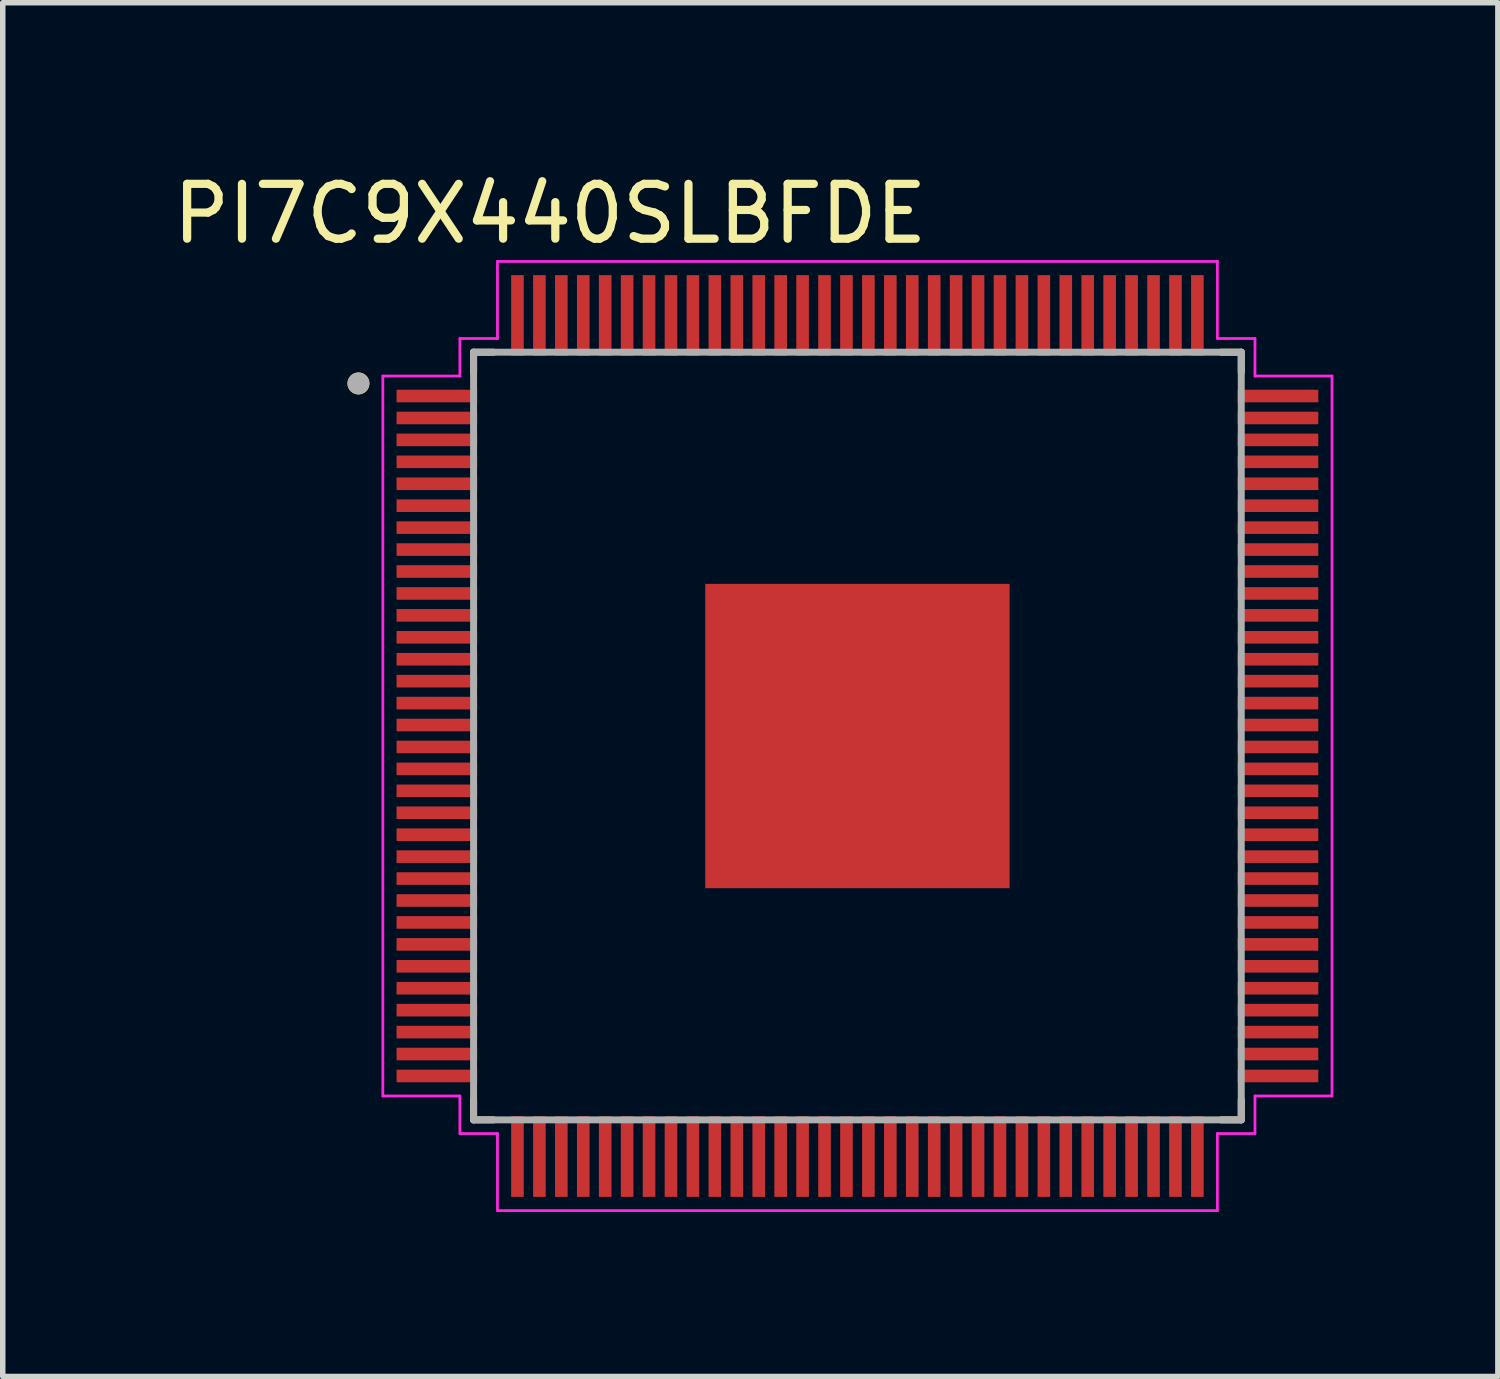
<source format=kicad_pcb>
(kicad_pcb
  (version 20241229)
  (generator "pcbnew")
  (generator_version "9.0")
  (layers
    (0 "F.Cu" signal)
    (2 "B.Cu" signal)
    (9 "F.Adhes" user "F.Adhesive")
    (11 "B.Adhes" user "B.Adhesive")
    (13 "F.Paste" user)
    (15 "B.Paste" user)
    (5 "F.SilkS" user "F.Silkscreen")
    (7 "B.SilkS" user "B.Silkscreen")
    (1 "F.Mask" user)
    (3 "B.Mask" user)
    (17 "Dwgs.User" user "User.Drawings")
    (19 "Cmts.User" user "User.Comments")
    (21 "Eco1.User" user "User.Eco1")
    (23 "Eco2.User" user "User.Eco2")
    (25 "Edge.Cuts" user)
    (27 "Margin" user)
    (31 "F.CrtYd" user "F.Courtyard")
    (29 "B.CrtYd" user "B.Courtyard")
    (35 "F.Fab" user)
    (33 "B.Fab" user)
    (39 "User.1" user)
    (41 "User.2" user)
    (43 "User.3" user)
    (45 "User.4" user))
  (footprint "PI7C9X440SLBFDE"
    (layer "F.Cu")
    (at 12.587 10.373)
    (property "Reference" "PI7C9X440SLBFDE" (at -5.605 -9.525 0) (layer "F.SilkS") (effects (font (size 1 1) (thickness 0.15))))
    (attr smd)
    (fp_line (start -7 -7) (end -7 -6.635) (stroke (width 0.127) (type solid)) (layer "F.SilkS"))
    (fp_line (start -7 -7) (end -6.635 -7) (stroke (width 0.127) (type solid)) (layer "F.SilkS"))
    (fp_line (start -7 7) (end -7 6.635) (stroke (width 0.127) (type solid)) (layer "F.SilkS"))
    (fp_line (start -7 7) (end -6.635 7) (stroke (width 0.127) (type solid)) (layer "F.SilkS"))
    (fp_line (start 7 -7) (end 6.635 -7) (stroke (width 0.127) (type solid)) (layer "F.SilkS"))
    (fp_line (start 7 -7) (end 7 -6.635) (stroke (width 0.127) (type solid)) (layer "F.SilkS"))
    (fp_line (start 7 7) (end 6.635 7) (stroke (width 0.127) (type solid)) (layer "F.SilkS"))
    (fp_line (start 7 7) (end 7 6.635) (stroke (width 0.127) (type solid)) (layer "F.SilkS"))
    (fp_circle (center -9.1 -6.43) (end -9 -6.43) (stroke (width 0.2) (type solid)) (fill no) (layer "F.SilkS"))
    (fp_poly (pts (xy -2.505 -2.505) (xy -1.195 -2.505) (xy -1.195 -1.195) (xy -2.505 -1.195)) (stroke (width 0.01) (type solid)) (fill yes) (layer "F.Paste"))
    (fp_poly (pts (xy -2.505 -0.655) (xy -1.195 -0.655) (xy -1.195 0.655) (xy -2.505 0.655)) (stroke (width 0.01) (type solid)) (fill yes) (layer "F.Paste"))
    (fp_poly (pts (xy -2.505 1.195) (xy -1.195 1.195) (xy -1.195 2.505) (xy -2.505 2.505)) (stroke (width 0.01) (type solid)) (fill yes) (layer "F.Paste"))
    (fp_poly (pts (xy -0.655 -2.505) (xy 0.655 -2.505) (xy 0.655 -1.195) (xy -0.655 -1.195)) (stroke (width 0.01) (type solid)) (fill yes) (layer "F.Paste"))
    (fp_poly (pts (xy -0.655 -0.655) (xy 0.655 -0.655) (xy 0.655 0.655) (xy -0.655 0.655)) (stroke (width 0.01) (type solid)) (fill yes) (layer "F.Paste"))
    (fp_poly (pts (xy -0.655 1.195) (xy 0.655 1.195) (xy 0.655 2.505) (xy -0.655 2.505)) (stroke (width 0.01) (type solid)) (fill yes) (layer "F.Paste"))
    (fp_poly (pts (xy 1.195 -2.505) (xy 2.505 -2.505) (xy 2.505 -1.195) (xy 1.195 -1.195)) (stroke (width 0.01) (type solid)) (fill yes) (layer "F.Paste"))
    (fp_poly (pts (xy 1.195 -0.655) (xy 2.505 -0.655) (xy 2.505 0.655) (xy 1.195 0.655)) (stroke (width 0.01) (type solid)) (fill yes) (layer "F.Paste"))
    (fp_poly (pts (xy 1.195 1.195) (xy 2.505 1.195) (xy 2.505 2.505) (xy 1.195 2.505)) (stroke (width 0.01) (type solid)) (fill yes) (layer "F.Paste"))
    (fp_line (start -8.655 -6.565) (end -7.25 -6.565) (stroke (width 0.05) (type solid)) (layer "F.CrtYd"))
    (fp_line (start -8.655 6.565) (end -8.655 -6.565) (stroke (width 0.05) (type solid)) (layer "F.CrtYd"))
    (fp_line (start -8.655 6.565) (end -7.25 6.565) (stroke (width 0.05) (type solid)) (layer "F.CrtYd"))
    (fp_line (start -7.25 -7.25) (end -7.25 -6.565) (stroke (width 0.05) (type solid)) (layer "F.CrtYd"))
    (fp_line (start -7.25 6.565) (end -7.25 7.25) (stroke (width 0.05) (type solid)) (layer "F.CrtYd"))
    (fp_line (start -6.565 -8.655) (end -6.565 -7.25) (stroke (width 0.05) (type solid)) (layer "F.CrtYd"))
    (fp_line (start -6.565 -8.655) (end 6.565 -8.655) (stroke (width 0.05) (type solid)) (layer "F.CrtYd"))
    (fp_line (start -6.565 -7.25) (end -7.25 -7.25) (stroke (width 0.05) (type solid)) (layer "F.CrtYd"))
    (fp_line (start -6.565 7.25) (end -7.25 7.25) (stroke (width 0.05) (type solid)) (layer "F.CrtYd"))
    (fp_line (start -6.565 8.655) (end -6.565 7.25) (stroke (width 0.05) (type solid)) (layer "F.CrtYd"))
    (fp_line (start 6.565 -8.655) (end 6.565 -7.25) (stroke (width 0.05) (type solid)) (layer "F.CrtYd"))
    (fp_line (start 6.565 -7.25) (end 7.25 -7.25) (stroke (width 0.05) (type solid)) (layer "F.CrtYd"))
    (fp_line (start 6.565 7.25) (end 7.25 7.25) (stroke (width 0.05) (type solid)) (layer "F.CrtYd"))
    (fp_line (start 6.565 8.655) (end -6.565 8.655) (stroke (width 0.05) (type solid)) (layer "F.CrtYd"))
    (fp_line (start 6.565 8.655) (end 6.565 7.25) (stroke (width 0.05) (type solid)) (layer "F.CrtYd"))
    (fp_line (start 7.25 -6.565) (end 7.25 -7.25) (stroke (width 0.05) (type solid)) (layer "F.CrtYd"))
    (fp_line (start 7.25 6.565) (end 7.25 7.25) (stroke (width 0.05) (type solid)) (layer "F.CrtYd"))
    (fp_line (start 8.655 -6.565) (end 7.25 -6.565) (stroke (width 0.05) (type solid)) (layer "F.CrtYd"))
    (fp_line (start 8.655 -6.565) (end 8.655 6.565) (stroke (width 0.05) (type solid)) (layer "F.CrtYd"))
    (fp_line (start 8.655 6.565) (end 7.25 6.565) (stroke (width 0.05) (type solid)) (layer "F.CrtYd"))
    (fp_line (start -7 7) (end -7 -7) (stroke (width 0.127) (type solid)) (layer "F.Fab"))
    (fp_line (start 7 -7) (end -7 -7) (stroke (width 0.127) (type solid)) (layer "F.Fab"))
    (fp_line (start 7 7) (end -7 7) (stroke (width 0.127) (type solid)) (layer "F.Fab"))
    (fp_line (start 7 7) (end 7 -7) (stroke (width 0.127) (type solid)) (layer "F.Fab"))
    (fp_circle (center -9.1 -6.43) (end -9 -6.43) (stroke (width 0.2) (type solid)) (fill no) (layer "F.Fab"))
    (pad "1" smd roundrect (at -7.67 -6.2) (size 1.47 0.23) (layers "F.Cu" "F.Mask" "F.Paste") (roundrect_rratio 0.03))
    (pad "2" smd roundrect (at -7.67 -5.8) (size 1.47 0.23) (layers "F.Cu" "F.Mask" "F.Paste") (roundrect_rratio 0.03))
    (pad "3" smd roundrect (at -7.67 -5.4) (size 1.47 0.23) (layers "F.Cu" "F.Mask" "F.Paste") (roundrect_rratio 0.03))
    (pad "4" smd roundrect (at -7.67 -5) (size 1.47 0.23) (layers "F.Cu" "F.Mask" "F.Paste") (roundrect_rratio 0.03))
    (pad "5" smd roundrect (at -7.67 -4.6) (size 1.47 0.23) (layers "F.Cu" "F.Mask" "F.Paste") (roundrect_rratio 0.03))
    (pad "6" smd roundrect (at -7.67 -4.2) (size 1.47 0.23) (layers "F.Cu" "F.Mask" "F.Paste") (roundrect_rratio 0.03))
    (pad "7" smd roundrect (at -7.67 -3.8) (size 1.47 0.23) (layers "F.Cu" "F.Mask" "F.Paste") (roundrect_rratio 0.03))
    (pad "8" smd roundrect (at -7.67 -3.4) (size 1.47 0.23) (layers "F.Cu" "F.Mask" "F.Paste") (roundrect_rratio 0.03))
    (pad "9" smd roundrect (at -7.67 -3) (size 1.47 0.23) (layers "F.Cu" "F.Mask" "F.Paste") (roundrect_rratio 0.03))
    (pad "10" smd roundrect (at -7.67 -2.6) (size 1.47 0.23) (layers "F.Cu" "F.Mask" "F.Paste") (roundrect_rratio 0.03))
    (pad "11" smd roundrect (at -7.67 -2.2) (size 1.47 0.23) (layers "F.Cu" "F.Mask" "F.Paste") (roundrect_rratio 0.03))
    (pad "12" smd roundrect (at -7.67 -1.8) (size 1.47 0.23) (layers "F.Cu" "F.Mask" "F.Paste") (roundrect_rratio 0.03))
    (pad "13" smd roundrect (at -7.67 -1.4) (size 1.47 0.23) (layers "F.Cu" "F.Mask" "F.Paste") (roundrect_rratio 0.03))
    (pad "14" smd roundrect (at -7.67 -1) (size 1.47 0.23) (layers "F.Cu" "F.Mask" "F.Paste") (roundrect_rratio 0.03))
    (pad "15" smd roundrect (at -7.67 -0.6) (size 1.47 0.23) (layers "F.Cu" "F.Mask" "F.Paste") (roundrect_rratio 0.03))
    (pad "16" smd roundrect (at -7.67 -0.2) (size 1.47 0.23) (layers "F.Cu" "F.Mask" "F.Paste") (roundrect_rratio 0.03))
    (pad "17" smd roundrect (at -7.67 0.2) (size 1.47 0.23) (layers "F.Cu" "F.Mask" "F.Paste") (roundrect_rratio 0.03))
    (pad "18" smd roundrect (at -7.67 0.6) (size 1.47 0.23) (layers "F.Cu" "F.Mask" "F.Paste") (roundrect_rratio 0.03))
    (pad "19" smd roundrect (at -7.67 1) (size 1.47 0.23) (layers "F.Cu" "F.Mask" "F.Paste") (roundrect_rratio 0.03))
    (pad "20" smd roundrect (at -7.67 1.4) (size 1.47 0.23) (layers "F.Cu" "F.Mask" "F.Paste") (roundrect_rratio 0.03))
    (pad "21" smd roundrect (at -7.67 1.8) (size 1.47 0.23) (layers "F.Cu" "F.Mask" "F.Paste") (roundrect_rratio 0.03))
    (pad "22" smd roundrect (at -7.67 2.2) (size 1.47 0.23) (layers "F.Cu" "F.Mask" "F.Paste") (roundrect_rratio 0.03))
    (pad "23" smd roundrect (at -7.67 2.6) (size 1.47 0.23) (layers "F.Cu" "F.Mask" "F.Paste") (roundrect_rratio 0.03))
    (pad "24" smd roundrect (at -7.67 3) (size 1.47 0.23) (layers "F.Cu" "F.Mask" "F.Paste") (roundrect_rratio 0.03))
    (pad "25" smd roundrect (at -7.67 3.4) (size 1.47 0.23) (layers "F.Cu" "F.Mask" "F.Paste") (roundrect_rratio 0.03))
    (pad "26" smd roundrect (at -7.67 3.8) (size 1.47 0.23) (layers "F.Cu" "F.Mask" "F.Paste") (roundrect_rratio 0.03))
    (pad "27" smd roundrect (at -7.67 4.2) (size 1.47 0.23) (layers "F.Cu" "F.Mask" "F.Paste") (roundrect_rratio 0.03))
    (pad "28" smd roundrect (at -7.67 4.6) (size 1.47 0.23) (layers "F.Cu" "F.Mask" "F.Paste") (roundrect_rratio 0.03))
    (pad "29" smd roundrect (at -7.67 5) (size 1.47 0.23) (layers "F.Cu" "F.Mask" "F.Paste") (roundrect_rratio 0.03))
    (pad "30" smd roundrect (at -7.67 5.4) (size 1.47 0.23) (layers "F.Cu" "F.Mask" "F.Paste") (roundrect_rratio 0.03))
    (pad "31" smd roundrect (at -7.67 5.8) (size 1.47 0.23) (layers "F.Cu" "F.Mask" "F.Paste") (roundrect_rratio 0.03))
    (pad "32" smd roundrect (at -7.67 6.2) (size 1.47 0.23) (layers "F.Cu" "F.Mask" "F.Paste") (roundrect_rratio 0.03))
    (pad "33" smd roundrect (at -6.2 7.67 90) (size 1.47 0.23) (layers "F.Cu" "F.Mask" "F.Paste") (roundrect_rratio 0.03))
    (pad "34" smd roundrect (at -5.8 7.67 90) (size 1.47 0.23) (layers "F.Cu" "F.Mask" "F.Paste") (roundrect_rratio 0.03))
    (pad "35" smd roundrect (at -5.4 7.67 90) (size 1.47 0.23) (layers "F.Cu" "F.Mask" "F.Paste") (roundrect_rratio 0.03))
    (pad "36" smd roundrect (at -5 7.67 90) (size 1.47 0.23) (layers "F.Cu" "F.Mask" "F.Paste") (roundrect_rratio 0.03))
    (pad "37" smd roundrect (at -4.6 7.67 90) (size 1.47 0.23) (layers "F.Cu" "F.Mask" "F.Paste") (roundrect_rratio 0.03))
    (pad "38" smd roundrect (at -4.2 7.67 90) (size 1.47 0.23) (layers "F.Cu" "F.Mask" "F.Paste") (roundrect_rratio 0.03))
    (pad "39" smd roundrect (at -3.8 7.67 90) (size 1.47 0.23) (layers "F.Cu" "F.Mask" "F.Paste") (roundrect_rratio 0.03))
    (pad "40" smd roundrect (at -3.4 7.67 90) (size 1.47 0.23) (layers "F.Cu" "F.Mask" "F.Paste") (roundrect_rratio 0.03))
    (pad "41" smd roundrect (at -3 7.67 90) (size 1.47 0.23) (layers "F.Cu" "F.Mask" "F.Paste") (roundrect_rratio 0.03))
    (pad "42" smd roundrect (at -2.6 7.67 90) (size 1.47 0.23) (layers "F.Cu" "F.Mask" "F.Paste") (roundrect_rratio 0.03))
    (pad "43" smd roundrect (at -2.2 7.67 90) (size 1.47 0.23) (layers "F.Cu" "F.Mask" "F.Paste") (roundrect_rratio 0.03))
    (pad "44" smd roundrect (at -1.8 7.67 90) (size 1.47 0.23) (layers "F.Cu" "F.Mask" "F.Paste") (roundrect_rratio 0.03))
    (pad "45" smd roundrect (at -1.4 7.67 90) (size 1.47 0.23) (layers "F.Cu" "F.Mask" "F.Paste") (roundrect_rratio 0.03))
    (pad "46" smd roundrect (at -1 7.67 90) (size 1.47 0.23) (layers "F.Cu" "F.Mask" "F.Paste") (roundrect_rratio 0.03))
    (pad "47" smd roundrect (at -0.6 7.67 90) (size 1.47 0.23) (layers "F.Cu" "F.Mask" "F.Paste") (roundrect_rratio 0.03))
    (pad "48" smd roundrect (at -0.2 7.67 90) (size 1.47 0.23) (layers "F.Cu" "F.Mask" "F.Paste") (roundrect_rratio 0.03))
    (pad "49" smd roundrect (at 0.2 7.67 90) (size 1.47 0.23) (layers "F.Cu" "F.Mask" "F.Paste") (roundrect_rratio 0.03))
    (pad "50" smd roundrect (at 0.6 7.67 90) (size 1.47 0.23) (layers "F.Cu" "F.Mask" "F.Paste") (roundrect_rratio 0.03))
    (pad "51" smd roundrect (at 1 7.67 90) (size 1.47 0.23) (layers "F.Cu" "F.Mask" "F.Paste") (roundrect_rratio 0.03))
    (pad "52" smd roundrect (at 1.4 7.67 90) (size 1.47 0.23) (layers "F.Cu" "F.Mask" "F.Paste") (roundrect_rratio 0.03))
    (pad "53" smd roundrect (at 1.8 7.67 90) (size 1.47 0.23) (layers "F.Cu" "F.Mask" "F.Paste") (roundrect_rratio 0.03))
    (pad "54" smd roundrect (at 2.2 7.67 90) (size 1.47 0.23) (layers "F.Cu" "F.Mask" "F.Paste") (roundrect_rratio 0.03))
    (pad "55" smd roundrect (at 2.6 7.67 90) (size 1.47 0.23) (layers "F.Cu" "F.Mask" "F.Paste") (roundrect_rratio 0.03))
    (pad "56" smd roundrect (at 3 7.67 90) (size 1.47 0.23) (layers "F.Cu" "F.Mask" "F.Paste") (roundrect_rratio 0.03))
    (pad "57" smd roundrect (at 3.4 7.67 90) (size 1.47 0.23) (layers "F.Cu" "F.Mask" "F.Paste") (roundrect_rratio 0.03))
    (pad "58" smd roundrect (at 3.8 7.67 90) (size 1.47 0.23) (layers "F.Cu" "F.Mask" "F.Paste") (roundrect_rratio 0.03))
    (pad "59" smd roundrect (at 4.2 7.67 90) (size 1.47 0.23) (layers "F.Cu" "F.Mask" "F.Paste") (roundrect_rratio 0.03))
    (pad "60" smd roundrect (at 4.6 7.67 90) (size 1.47 0.23) (layers "F.Cu" "F.Mask" "F.Paste") (roundrect_rratio 0.03))
    (pad "61" smd roundrect (at 5 7.67 90) (size 1.47 0.23) (layers "F.Cu" "F.Mask" "F.Paste") (roundrect_rratio 0.03))
    (pad "62" smd roundrect (at 5.4 7.67 90) (size 1.47 0.23) (layers "F.Cu" "F.Mask" "F.Paste") (roundrect_rratio 0.03))
    (pad "63" smd roundrect (at 5.8 7.67 90) (size 1.47 0.23) (layers "F.Cu" "F.Mask" "F.Paste") (roundrect_rratio 0.03))
    (pad "64" smd roundrect (at 6.2 7.67 90) (size 1.47 0.23) (layers "F.Cu" "F.Mask" "F.Paste") (roundrect_rratio 0.03))
    (pad "65" smd roundrect (at 7.67 6.2) (size 1.47 0.23) (layers "F.Cu" "F.Mask" "F.Paste") (roundrect_rratio 0.03))
    (pad "66" smd roundrect (at 7.67 5.8) (size 1.47 0.23) (layers "F.Cu" "F.Mask" "F.Paste") (roundrect_rratio 0.03))
    (pad "67" smd roundrect (at 7.67 5.4) (size 1.47 0.23) (layers "F.Cu" "F.Mask" "F.Paste") (roundrect_rratio 0.03))
    (pad "68" smd roundrect (at 7.67 5) (size 1.47 0.23) (layers "F.Cu" "F.Mask" "F.Paste") (roundrect_rratio 0.03))
    (pad "69" smd roundrect (at 7.67 4.6) (size 1.47 0.23) (layers "F.Cu" "F.Mask" "F.Paste") (roundrect_rratio 0.03))
    (pad "70" smd roundrect (at 7.67 4.2) (size 1.47 0.23) (layers "F.Cu" "F.Mask" "F.Paste") (roundrect_rratio 0.03))
    (pad "71" smd roundrect (at 7.67 3.8) (size 1.47 0.23) (layers "F.Cu" "F.Mask" "F.Paste") (roundrect_rratio 0.03))
    (pad "72" smd roundrect (at 7.67 3.4) (size 1.47 0.23) (layers "F.Cu" "F.Mask" "F.Paste") (roundrect_rratio 0.03))
    (pad "73" smd roundrect (at 7.67 3) (size 1.47 0.23) (layers "F.Cu" "F.Mask" "F.Paste") (roundrect_rratio 0.03))
    (pad "74" smd roundrect (at 7.67 2.6) (size 1.47 0.23) (layers "F.Cu" "F.Mask" "F.Paste") (roundrect_rratio 0.03))
    (pad "75" smd roundrect (at 7.67 2.2) (size 1.47 0.23) (layers "F.Cu" "F.Mask" "F.Paste") (roundrect_rratio 0.03))
    (pad "76" smd roundrect (at 7.67 1.8) (size 1.47 0.23) (layers "F.Cu" "F.Mask" "F.Paste") (roundrect_rratio 0.03))
    (pad "77" smd roundrect (at 7.67 1.4) (size 1.47 0.23) (layers "F.Cu" "F.Mask" "F.Paste") (roundrect_rratio 0.03))
    (pad "78" smd roundrect (at 7.67 1) (size 1.47 0.23) (layers "F.Cu" "F.Mask" "F.Paste") (roundrect_rratio 0.03))
    (pad "79" smd roundrect (at 7.67 0.6) (size 1.47 0.23) (layers "F.Cu" "F.Mask" "F.Paste") (roundrect_rratio 0.03))
    (pad "80" smd roundrect (at 7.67 0.2) (size 1.47 0.23) (layers "F.Cu" "F.Mask" "F.Paste") (roundrect_rratio 0.03))
    (pad "81" smd roundrect (at 7.67 -0.2) (size 1.47 0.23) (layers "F.Cu" "F.Mask" "F.Paste") (roundrect_rratio 0.03))
    (pad "82" smd roundrect (at 7.67 -0.6) (size 1.47 0.23) (layers "F.Cu" "F.Mask" "F.Paste") (roundrect_rratio 0.03))
    (pad "83" smd roundrect (at 7.67 -1) (size 1.47 0.23) (layers "F.Cu" "F.Mask" "F.Paste") (roundrect_rratio 0.03))
    (pad "84" smd roundrect (at 7.67 -1.4) (size 1.47 0.23) (layers "F.Cu" "F.Mask" "F.Paste") (roundrect_rratio 0.03))
    (pad "85" smd roundrect (at 7.67 -1.8) (size 1.47 0.23) (layers "F.Cu" "F.Mask" "F.Paste") (roundrect_rratio 0.03))
    (pad "86" smd roundrect (at 7.67 -2.2) (size 1.47 0.23) (layers "F.Cu" "F.Mask" "F.Paste") (roundrect_rratio 0.03))
    (pad "87" smd roundrect (at 7.67 -2.6) (size 1.47 0.23) (layers "F.Cu" "F.Mask" "F.Paste") (roundrect_rratio 0.03))
    (pad "88" smd roundrect (at 7.67 -3) (size 1.47 0.23) (layers "F.Cu" "F.Mask" "F.Paste") (roundrect_rratio 0.03))
    (pad "89" smd roundrect (at 7.67 -3.4) (size 1.47 0.23) (layers "F.Cu" "F.Mask" "F.Paste") (roundrect_rratio 0.03))
    (pad "90" smd roundrect (at 7.67 -3.8) (size 1.47 0.23) (layers "F.Cu" "F.Mask" "F.Paste") (roundrect_rratio 0.03))
    (pad "91" smd roundrect (at 7.67 -4.2) (size 1.47 0.23) (layers "F.Cu" "F.Mask" "F.Paste") (roundrect_rratio 0.03))
    (pad "92" smd roundrect (at 7.67 -4.6) (size 1.47 0.23) (layers "F.Cu" "F.Mask" "F.Paste") (roundrect_rratio 0.03))
    (pad "93" smd roundrect (at 7.67 -5) (size 1.47 0.23) (layers "F.Cu" "F.Mask" "F.Paste") (roundrect_rratio 0.03))
    (pad "94" smd roundrect (at 7.67 -5.4) (size 1.47 0.23) (layers "F.Cu" "F.Mask" "F.Paste") (roundrect_rratio 0.03))
    (pad "95" smd roundrect (at 7.67 -5.8) (size 1.47 0.23) (layers "F.Cu" "F.Mask" "F.Paste") (roundrect_rratio 0.03))
    (pad "96" smd roundrect (at 7.67 -6.2) (size 1.47 0.23) (layers "F.Cu" "F.Mask" "F.Paste") (roundrect_rratio 0.03))
    (pad "97" smd roundrect (at 6.2 -7.67 90) (size 1.47 0.23) (layers "F.Cu" "F.Mask" "F.Paste") (roundrect_rratio 0.03))
    (pad "98" smd roundrect (at 5.8 -7.67 90) (size 1.47 0.23) (layers "F.Cu" "F.Mask" "F.Paste") (roundrect_rratio 0.03))
    (pad "99" smd roundrect (at 5.4 -7.67 90) (size 1.47 0.23) (layers "F.Cu" "F.Mask" "F.Paste") (roundrect_rratio 0.03))
    (pad "100" smd roundrect (at 5 -7.67 90) (size 1.47 0.23) (layers "F.Cu" "F.Mask" "F.Paste") (roundrect_rratio 0.03))
    (pad "101" smd roundrect (at 4.6 -7.67 90) (size 1.47 0.23) (layers "F.Cu" "F.Mask" "F.Paste") (roundrect_rratio 0.03))
    (pad "102" smd roundrect (at 4.2 -7.67 90) (size 1.47 0.23) (layers "F.Cu" "F.Mask" "F.Paste") (roundrect_rratio 0.03))
    (pad "103" smd roundrect (at 3.8 -7.67 90) (size 1.47 0.23) (layers "F.Cu" "F.Mask" "F.Paste") (roundrect_rratio 0.03))
    (pad "104" smd roundrect (at 3.4 -7.67 90) (size 1.47 0.23) (layers "F.Cu" "F.Mask" "F.Paste") (roundrect_rratio 0.03))
    (pad "105" smd roundrect (at 3 -7.67 90) (size 1.47 0.23) (layers "F.Cu" "F.Mask" "F.Paste") (roundrect_rratio 0.03))
    (pad "106" smd roundrect (at 2.6 -7.67 90) (size 1.47 0.23) (layers "F.Cu" "F.Mask" "F.Paste") (roundrect_rratio 0.03))
    (pad "107" smd roundrect (at 2.2 -7.67 90) (size 1.47 0.23) (layers "F.Cu" "F.Mask" "F.Paste") (roundrect_rratio 0.03))
    (pad "108" smd roundrect (at 1.8 -7.67 90) (size 1.47 0.23) (layers "F.Cu" "F.Mask" "F.Paste") (roundrect_rratio 0.03))
    (pad "109" smd roundrect (at 1.4 -7.67 90) (size 1.47 0.23) (layers "F.Cu" "F.Mask" "F.Paste") (roundrect_rratio 0.03))
    (pad "110" smd roundrect (at 1 -7.67 90) (size 1.47 0.23) (layers "F.Cu" "F.Mask" "F.Paste") (roundrect_rratio 0.03))
    (pad "111" smd roundrect (at 0.6 -7.67 90) (size 1.47 0.23) (layers "F.Cu" "F.Mask" "F.Paste") (roundrect_rratio 0.03))
    (pad "112" smd roundrect (at 0.2 -7.67 90) (size 1.47 0.23) (layers "F.Cu" "F.Mask" "F.Paste") (roundrect_rratio 0.03))
    (pad "113" smd roundrect (at -0.2 -7.67 90) (size 1.47 0.23) (layers "F.Cu" "F.Mask" "F.Paste") (roundrect_rratio 0.03))
    (pad "114" smd roundrect (at -0.6 -7.67 90) (size 1.47 0.23) (layers "F.Cu" "F.Mask" "F.Paste") (roundrect_rratio 0.03))
    (pad "115" smd roundrect (at -1 -7.67 90) (size 1.47 0.23) (layers "F.Cu" "F.Mask" "F.Paste") (roundrect_rratio 0.03))
    (pad "116" smd roundrect (at -1.4 -7.67 90) (size 1.47 0.23) (layers "F.Cu" "F.Mask" "F.Paste") (roundrect_rratio 0.03))
    (pad "117" smd roundrect (at -1.8 -7.67 90) (size 1.47 0.23) (layers "F.Cu" "F.Mask" "F.Paste") (roundrect_rratio 0.03))
    (pad "118" smd roundrect (at -2.2 -7.67 90) (size 1.47 0.23) (layers "F.Cu" "F.Mask" "F.Paste") (roundrect_rratio 0.03))
    (pad "119" smd roundrect (at -2.6 -7.67 90) (size 1.47 0.23) (layers "F.Cu" "F.Mask" "F.Paste") (roundrect_rratio 0.03))
    (pad "120" smd roundrect (at -3 -7.67 90) (size 1.47 0.23) (layers "F.Cu" "F.Mask" "F.Paste") (roundrect_rratio 0.03))
    (pad "121" smd roundrect (at -3.4 -7.67 90) (size 1.47 0.23) (layers "F.Cu" "F.Mask" "F.Paste") (roundrect_rratio 0.03))
    (pad "122" smd roundrect (at -3.8 -7.67 90) (size 1.47 0.23) (layers "F.Cu" "F.Mask" "F.Paste") (roundrect_rratio 0.03))
    (pad "123" smd roundrect (at -4.2 -7.67 90) (size 1.47 0.23) (layers "F.Cu" "F.Mask" "F.Paste") (roundrect_rratio 0.03))
    (pad "124" smd roundrect (at -4.6 -7.67 90) (size 1.47 0.23) (layers "F.Cu" "F.Mask" "F.Paste") (roundrect_rratio 0.03))
    (pad "125" smd roundrect (at -5 -7.67 90) (size 1.47 0.23) (layers "F.Cu" "F.Mask" "F.Paste") (roundrect_rratio 0.03))
    (pad "126" smd roundrect (at -5.4 -7.67 90) (size 1.47 0.23) (layers "F.Cu" "F.Mask" "F.Paste") (roundrect_rratio 0.03))
    (pad "127" smd roundrect (at -5.8 -7.67 90) (size 1.47 0.23) (layers "F.Cu" "F.Mask" "F.Paste") (roundrect_rratio 0.03))
    (pad "128" smd roundrect (at -6.2 -7.67 90) (size 1.47 0.23) (layers "F.Cu" "F.Mask" "F.Paste") (roundrect_rratio 0.03))
    (pad "129" smd rect (at 0 0) (size 5.55 5.55) (layers "F.Cu" "F.Mask")))
  (gr_rect
    (start -3 -3)
    (end 24.267 22.053)
    (stroke (width 0.1) (type default))
    (fill no)
    (layer "Edge.Cuts")))
</source>
